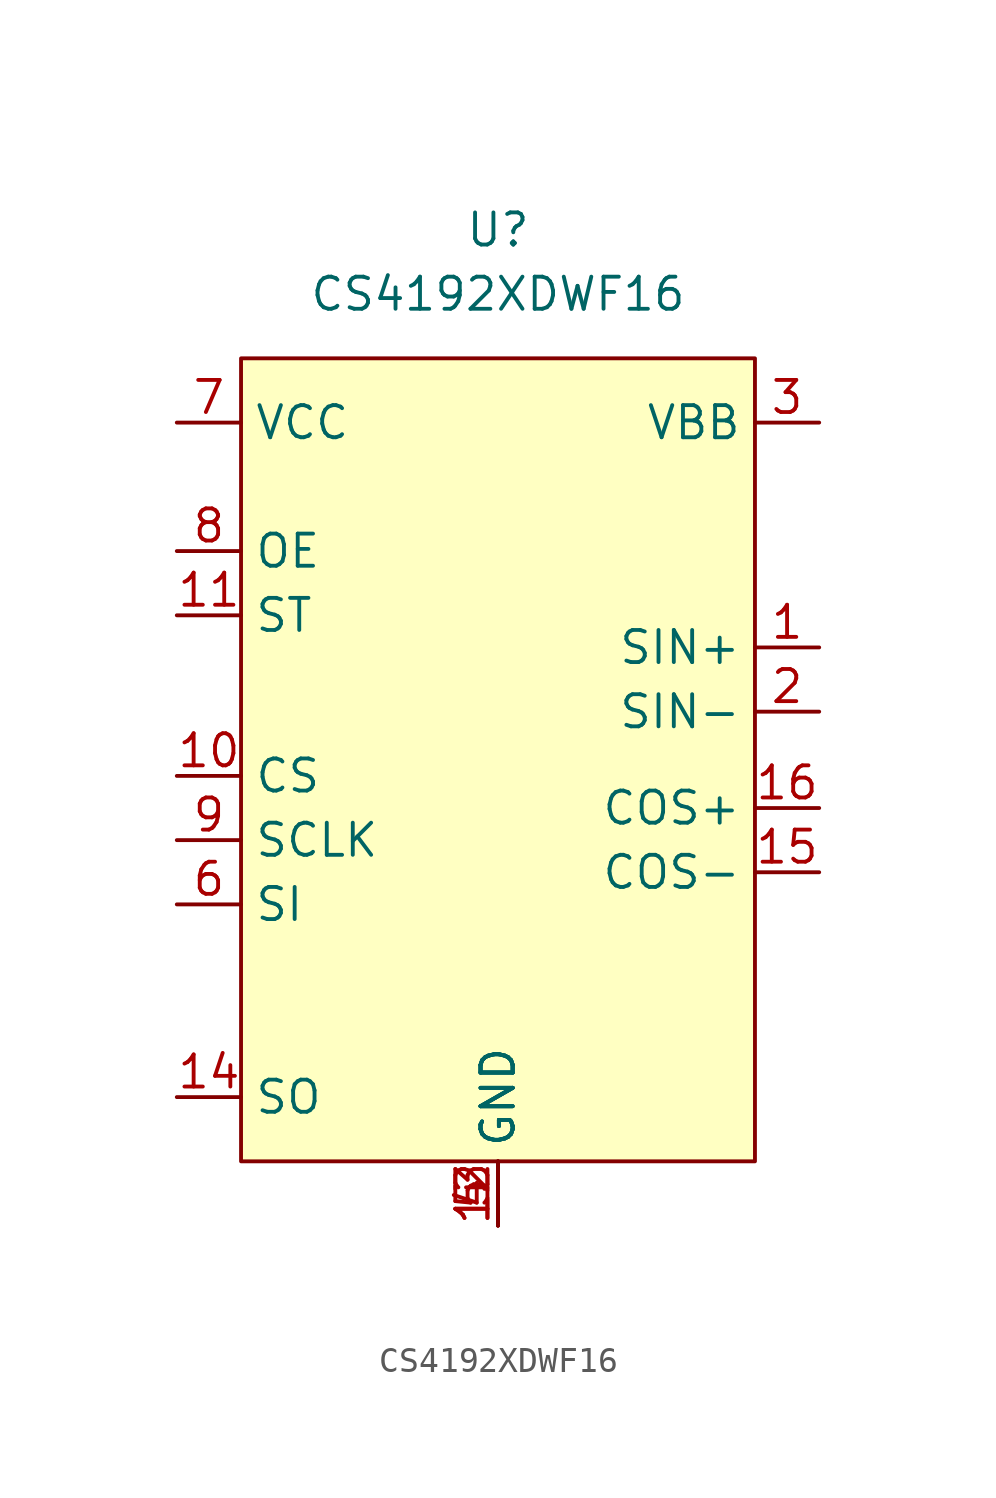
<source format=kicad_sym>
(kicad_symbol_lib
  (version 20220914)
  (generator kicad_symbol_editor)
  (symbol "CS4192XDWF16"
    (property "Reference" "U"
      (at 0 0 0)
      (effects (font (size 1.27 1.27))))
    (property "Value" "CS4192XDWF16"
      (at 0 -2.54 0)
      (effects (font (size 1.27 1.27))))
    (symbol "CS4192XDWF16_1_1"
      (rectangle (start -10.16 -5.08) (end 10.16 -36.83) (stroke (width 0) (type default)) (fill (type background)))
      (pin output line (at 12.7 -16.51 180) (length 2.54) (name "SIN+" (effects (font (size 1.27 1.27)))) (number "1" (effects (font (size 1.27 1.27)))))
      (pin input line (at -12.7 -21.59 0) (length 2.54) (name "CS" (effects (font (size 1.27 1.27)))) (number "10" (effects (font (size 1.27 1.27)))))
      (pin input line (at -12.7 -15.24 0) (length 2.54) (name "ST" (effects (font (size 1.27 1.27)))) (number "11" (effects (font (size 1.27 1.27)))))
      (pin power_in line (at 0 -39.37 90) (length 2.54) (name "GND" (effects (font (size 1.27 1.27)))) (number "12" (effects (font (size 1.27 1.27)))))
      (pin power_in line (at 0 -39.37 90) (length 2.54) (name "GND" (effects (font (size 1.27 1.27)))) (number "13" (effects (font (size 1.27 1.27)))))
      (pin input line (at -12.7 -34.29 0) (length 2.54) (name "SO" (effects (font (size 1.27 1.27)))) (number "14" (effects (font (size 1.27 1.27)))))
      (pin output line (at 12.7 -25.4 180) (length 2.54) (name "COS-" (effects (font (size 1.27 1.27)))) (number "15" (effects (font (size 1.27 1.27)))))
      (pin output line (at 12.7 -22.86 180) (length 2.54) (name "COS+" (effects (font (size 1.27 1.27)))) (number "16" (effects (font (size 1.27 1.27)))))
      (pin output line (at 12.7 -19.05 180) (length 2.54) (name "SIN-" (effects (font (size 1.27 1.27)))) (number "2" (effects (font (size 1.27 1.27)))))
      (pin power_in line (at 12.7 -7.62 180) (length 2.54) (name "VBB" (effects (font (size 1.27 1.27)))) (number "3" (effects (font (size 1.27 1.27)))))
      (pin power_in line (at 0 -39.37 90) (length 2.54) (name "GND" (effects (font (size 1.27 1.27)))) (number "4" (effects (font (size 1.27 1.27)))))
      (pin power_in line (at 0 -39.37 90) (length 2.54) (name "GND" (effects (font (size 1.27 1.27)))) (number "5" (effects (font (size 1.27 1.27)))))
      (pin input line (at -12.7 -26.67 0) (length 2.54) (name "SI" (effects (font (size 1.27 1.27)))) (number "6" (effects (font (size 1.27 1.27)))))
      (pin power_in line (at -12.7 -7.62 0) (length 2.54) (name "VCC" (effects (font (size 1.27 1.27)))) (number "7" (effects (font (size 1.27 1.27)))))
      (pin input line (at -12.7 -12.7 0) (length 2.54) (name "OE" (effects (font (size 1.27 1.27)))) (number "8" (effects (font (size 1.27 1.27)))))
      (pin input line (at -12.7 -24.13 0) (length 2.54) (name "SCLK" (effects (font (size 1.27 1.27)))) (number "9" (effects (font (size 1.27 1.27))))))))
</source>
